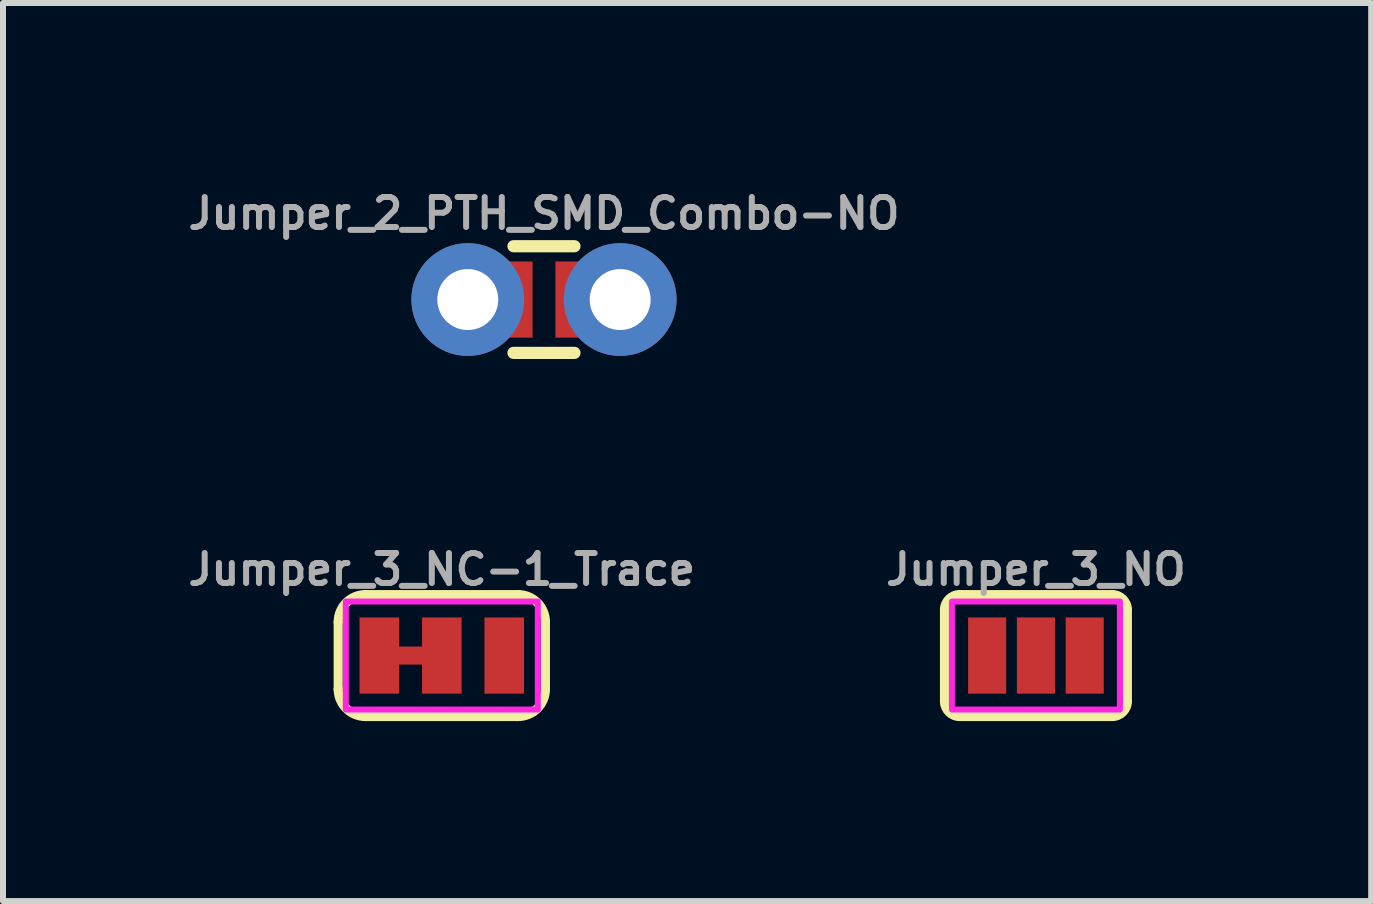
<source format=kicad_pcb>
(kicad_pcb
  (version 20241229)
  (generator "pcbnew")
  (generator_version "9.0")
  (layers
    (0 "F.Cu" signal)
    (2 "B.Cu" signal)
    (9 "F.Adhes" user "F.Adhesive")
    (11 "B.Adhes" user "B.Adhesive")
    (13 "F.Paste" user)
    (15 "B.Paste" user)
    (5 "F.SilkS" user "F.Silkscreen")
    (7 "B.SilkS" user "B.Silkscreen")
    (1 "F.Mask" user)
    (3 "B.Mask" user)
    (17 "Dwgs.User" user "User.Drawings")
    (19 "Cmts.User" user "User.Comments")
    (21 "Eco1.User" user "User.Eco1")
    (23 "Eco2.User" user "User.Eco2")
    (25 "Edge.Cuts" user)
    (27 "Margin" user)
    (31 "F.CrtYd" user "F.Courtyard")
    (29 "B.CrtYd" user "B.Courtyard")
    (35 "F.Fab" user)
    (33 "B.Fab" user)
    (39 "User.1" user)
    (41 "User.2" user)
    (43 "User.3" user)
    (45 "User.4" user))
  (footprint "Jumper_2_PTH_SMD_Combo-NO"
    (layer "F.Cu")
    (at 6.017 1.943)
    (property "Reference" "Jumper_2_PTH_SMD_Combo-NO" (at 0 -1.143 0) (layer "F.Fab") (effects (font (size 0.5 0.5) (thickness 0.1) (bold yes)) (justify bottom)))
    (attr allow_soldermask_bridges)
    (fp_poly (pts (xy 0.254 0.724) (xy -0.254 0.724) (xy -0.254 -0.724) (xy 0.254 -0.724)) (stroke (width 0) (type default)) (fill yes) (layer "F.Mask"))
    (fp_line (start 0.508 -0.889) (end -0.508 -0.889) (stroke (width 0.203) (type solid)) (layer "F.SilkS"))
    (fp_line (start 0.508 0.889) (end -0.508 0.889) (stroke (width 0.203) (type solid)) (layer "F.SilkS"))
    (fp_poly (pts (xy -1.524 0.254) (xy -1.016 0.254) (xy -1.016 -0.254) (xy -1.524 -0.254)) (stroke (width 0.1) (type default)) (fill no) (layer "F.Fab"))
    (fp_poly (pts (xy 1.016 0.254) (xy 1.524 0.254) (xy 1.524 -0.254) (xy 1.016 -0.254)) (stroke (width 0.1) (type default)) (fill no) (layer "F.Fab"))
    (pad "1" thru_hole circle (at -1.27 0 90) (size 1.88 1.88) (drill 1.016) (layers "*.Cu" "*.Mask"))
    (pad "1" smd rect (at -0.508 0) (size 0.635 1.27) (layers "F.Cu" "F.Mask"))
    (pad "2" smd rect (at 0.508 0) (size 0.635 1.27) (layers "F.Cu" "F.Mask"))
    (pad "2" thru_hole circle (at 1.27 0 90) (size 1.88 1.88) (drill 1.016) (layers "*.Cu" "*.Mask")))
  (footprint "Jumper_3_NC-1_Trace"
    (layer "F.Cu")
    (at 4.314 7.877)
    (property "Reference" "Jumper_3_NC-1_Trace" (at 0 -1.143 0) (layer "F.Fab") (effects (font (size 0.5 0.5) (thickness 0.1) (bold yes)) (justify bottom)))
    (attr allow_soldermask_bridges)
    (fp_poly (pts (xy -0.771 -0.15) (xy -0.271 -0.15) (xy -0.271 0.15) (xy -0.771 0.15)) (stroke (width 0) (type solid)) (fill yes) (layer "F.Cu"))
    (fp_poly (pts (xy -0.267 0.24) (xy -0.775 0.24) (xy -0.775 -0.24) (xy -0.267 -0.24)) (stroke (width 0) (type default)) (fill yes) (layer "F.Mask"))
    (fp_line (start -1.727 -0.559) (end -1.727 0.559) (stroke (width 0.152) (type solid)) (layer "F.SilkS"))
    (fp_line (start -1.27 -1.016) (end 1.27 -1.016) (stroke (width 0.152) (type solid)) (layer "F.SilkS"))
    (fp_line (start 1.27 1.016) (end -1.27 1.016) (stroke (width 0.152) (type solid)) (layer "F.SilkS"))
    (fp_line (start 1.727 -0.559) (end 1.727 0.559) (stroke (width 0.152) (type solid)) (layer "F.SilkS"))
    (fp_arc (start -1.7272 -0.5588) (mid -1.593289 -0.882089) (end -1.27 -1.016) (stroke (width 0.1524) (type solid)) (layer "F.SilkS"))
    (fp_arc (start -1.27 1.016) (mid -1.593289 0.882089) (end -1.7272 0.5588) (stroke (width 0.1524) (type solid)) (layer "F.SilkS"))
    (fp_arc (start 1.27 -1.016) (mid 1.593289 -0.882089) (end 1.7272 -0.5588) (stroke (width 0.1524) (type solid)) (layer "F.SilkS"))
    (fp_arc (start 1.7272 0.5588) (mid 1.593289 0.882089) (end 1.27 1.016) (stroke (width 0.1524) (type solid)) (layer "F.SilkS"))
    (fp_rect (start 1.6 -0.9) (end -1.6 0.9) (stroke (width 0.1) (type default)) (fill no) (layer "F.CrtYd"))
    (pad "1" smd rect (at -1.041 0) (size 0.66 1.27) (layers "F.Cu" "F.Mask"))
    (pad "2" smd rect (at 0 0) (size 0.66 1.27) (layers "F.Cu" "F.Mask"))
    (pad "3" smd rect (at 1.041 0 180) (size 0.66 1.27) (layers "F.Cu" "F.Mask")))
  (footprint "Jumper_3_NO"
    (layer "F.Cu")
    (at 14.217 7.877)
    (property "Reference" "Jumper_3_NO" (at 0 -1.143 0) (layer "F.Fab") (effects (font (size 0.5 0.5) (thickness 0.1) (bold yes)) (justify bottom)))
    (fp_line (start -1.524 0.762) (end -1.524 -0.762) (stroke (width 0.152) (type solid)) (layer "F.SilkS"))
    (fp_line (start -1.27 -1.016) (end 1.27 -1.016) (stroke (width 0.152) (type solid)) (layer "F.SilkS"))
    (fp_line (start 1.27 1.016) (end -1.27 1.016) (stroke (width 0.152) (type solid)) (layer "F.SilkS"))
    (fp_line (start 1.524 0.762) (end 1.524 -0.762) (stroke (width 0.152) (type solid)) (layer "F.SilkS"))
    (fp_arc (start -1.524 -0.762) (mid -1.449605 -0.941605) (end -1.27 -1.016) (stroke (width 0.1524) (type solid)) (layer "F.SilkS"))
    (fp_arc (start -1.27 1.016) (mid -1.449605 0.941605) (end -1.524 0.762) (stroke (width 0.1524) (type solid)) (layer "F.SilkS"))
    (fp_arc (start 1.27 -1.016) (mid 1.449605 -0.941605) (end 1.524 -0.762) (stroke (width 0.1524) (type solid)) (layer "F.SilkS"))
    (fp_arc (start 1.524 0.762) (mid 1.449605 0.941605) (end 1.27 1.016) (stroke (width 0.1524) (type solid)) (layer "F.SilkS"))
    (fp_rect (start 1.4 -0.9) (end -1.4 0.9) (stroke (width 0.1) (type default)) (fill no) (layer "F.CrtYd"))
    (pad "1" smd rect (at -0.813 0) (size 0.635 1.27) (layers "F.Cu" "F.Mask"))
    (pad "2" smd rect (at 0 0) (size 0.635 1.27) (layers "F.Cu" "F.Mask"))
    (pad "3" smd rect (at 0.813 0) (size 0.635 1.27) (layers "F.Cu" "F.Mask")))
  (gr_rect
    (start -3 -3)
    (end 19.805 11.969)
    (stroke (width 0.1) (type default))
    (fill no)
    (layer "Edge.Cuts")))
</source>
